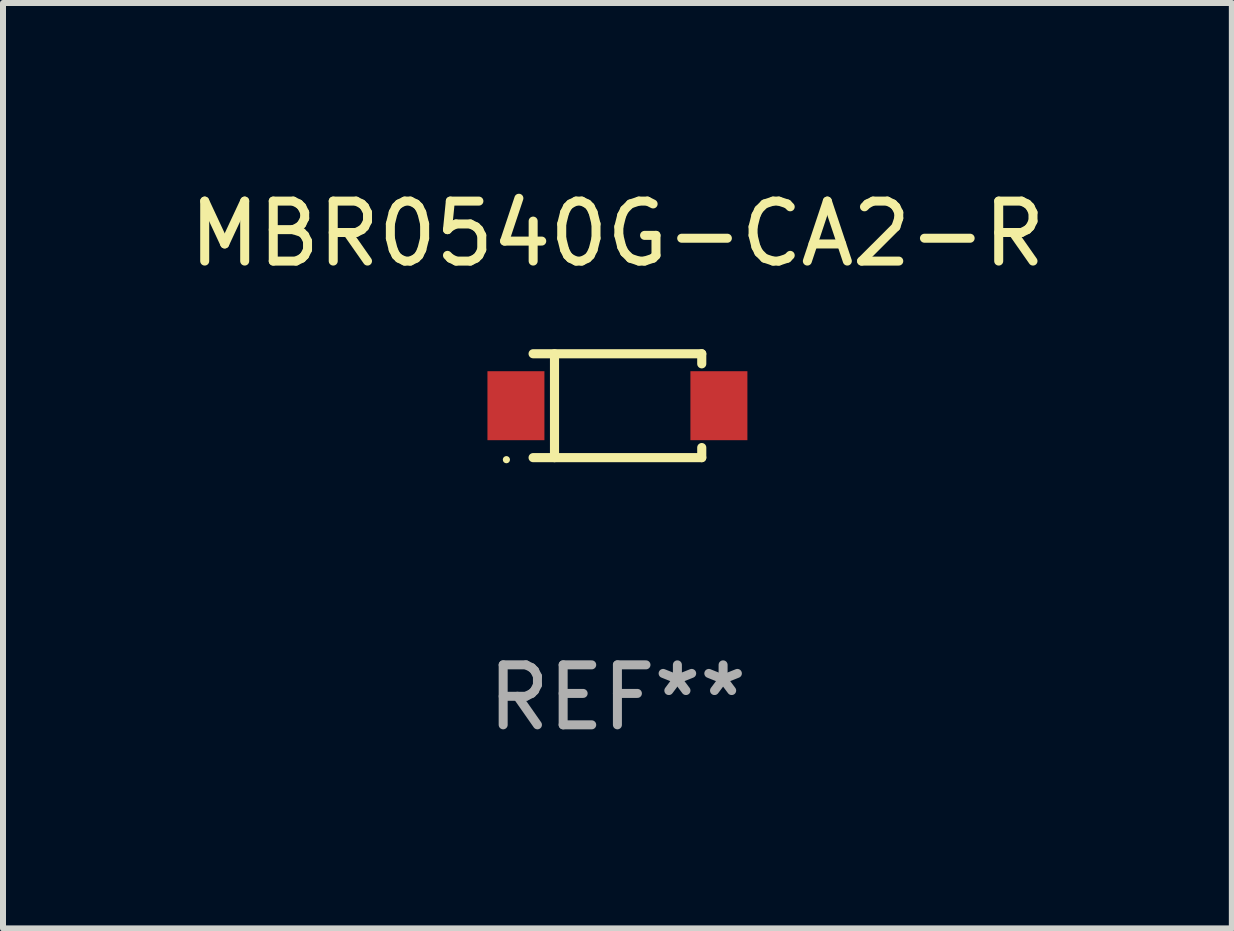
<source format=kicad_pcb>
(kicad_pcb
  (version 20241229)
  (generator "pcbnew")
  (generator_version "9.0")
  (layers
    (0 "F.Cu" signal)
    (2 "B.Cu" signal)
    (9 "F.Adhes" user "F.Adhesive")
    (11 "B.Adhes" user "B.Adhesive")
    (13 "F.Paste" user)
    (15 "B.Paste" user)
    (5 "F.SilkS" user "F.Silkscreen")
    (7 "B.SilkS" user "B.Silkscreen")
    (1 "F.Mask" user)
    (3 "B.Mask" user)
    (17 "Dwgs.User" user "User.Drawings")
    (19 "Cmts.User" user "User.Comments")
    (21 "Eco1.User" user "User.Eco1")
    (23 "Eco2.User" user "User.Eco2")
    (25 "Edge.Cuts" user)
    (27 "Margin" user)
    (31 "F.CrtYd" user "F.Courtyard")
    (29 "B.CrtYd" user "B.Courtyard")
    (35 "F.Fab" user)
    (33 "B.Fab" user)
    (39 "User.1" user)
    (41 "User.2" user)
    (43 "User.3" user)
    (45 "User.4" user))
  (footprint "MBR0540G-CA2-R"
    (layer "F.Cu")
    (at 7.244 3.714)
    (property "Reference" "MBR0540G-CA2-R" (at 0 -2.866 0) (layer "F.SilkS") (effects (font (size 1 1) (thickness 0.15))))
    (attr through_hole)
    (fp_line (start -1.406 -0.866) (end 1.406 -0.866) (stroke (width 0.152) (type solid)) (layer "F.SilkS"))
    (fp_line (start -1.406 0.866) (end 1.406 0.866) (stroke (width 0.152) (type solid)) (layer "F.SilkS"))
    (fp_line (start -1.049 -0.866) (end -1.049 0.866) (stroke (width 0.152) (type solid)) (layer "F.SilkS"))
    (fp_line (start 1.406 -0.866) (end 1.406 -0.698) (stroke (width 0.152) (type solid)) (layer "F.SilkS"))
    (fp_line (start 1.406 0.866) (end 1.406 0.698) (stroke (width 0.152) (type solid)) (layer "F.SilkS"))
    (fp_circle (center -1.851 0.9) (end -1.821 0.9) (stroke (width 0.06) (type solid)) (fill no) (layer "F.SilkS"))
    (fp_text user "REF**" (at 0 4.866 0) (layer "F.Fab") (effects (font (size 1 1) (thickness 0.15))))
    (pad "1" smd rect (at -1.692 0) (size 0.95 1.15) (layers "F.Cu" "F.Mask" "F.Paste"))
    (pad "2" smd rect (at 1.692 0) (size 0.95 1.15) (layers "F.Cu" "F.Mask" "F.Paste")))
  (gr_rect
    (start -3 -3)
    (end 17.488 12.429)
    (stroke (width 0.1) (type default))
    (fill no)
    (layer "Edge.Cuts")))
</source>
